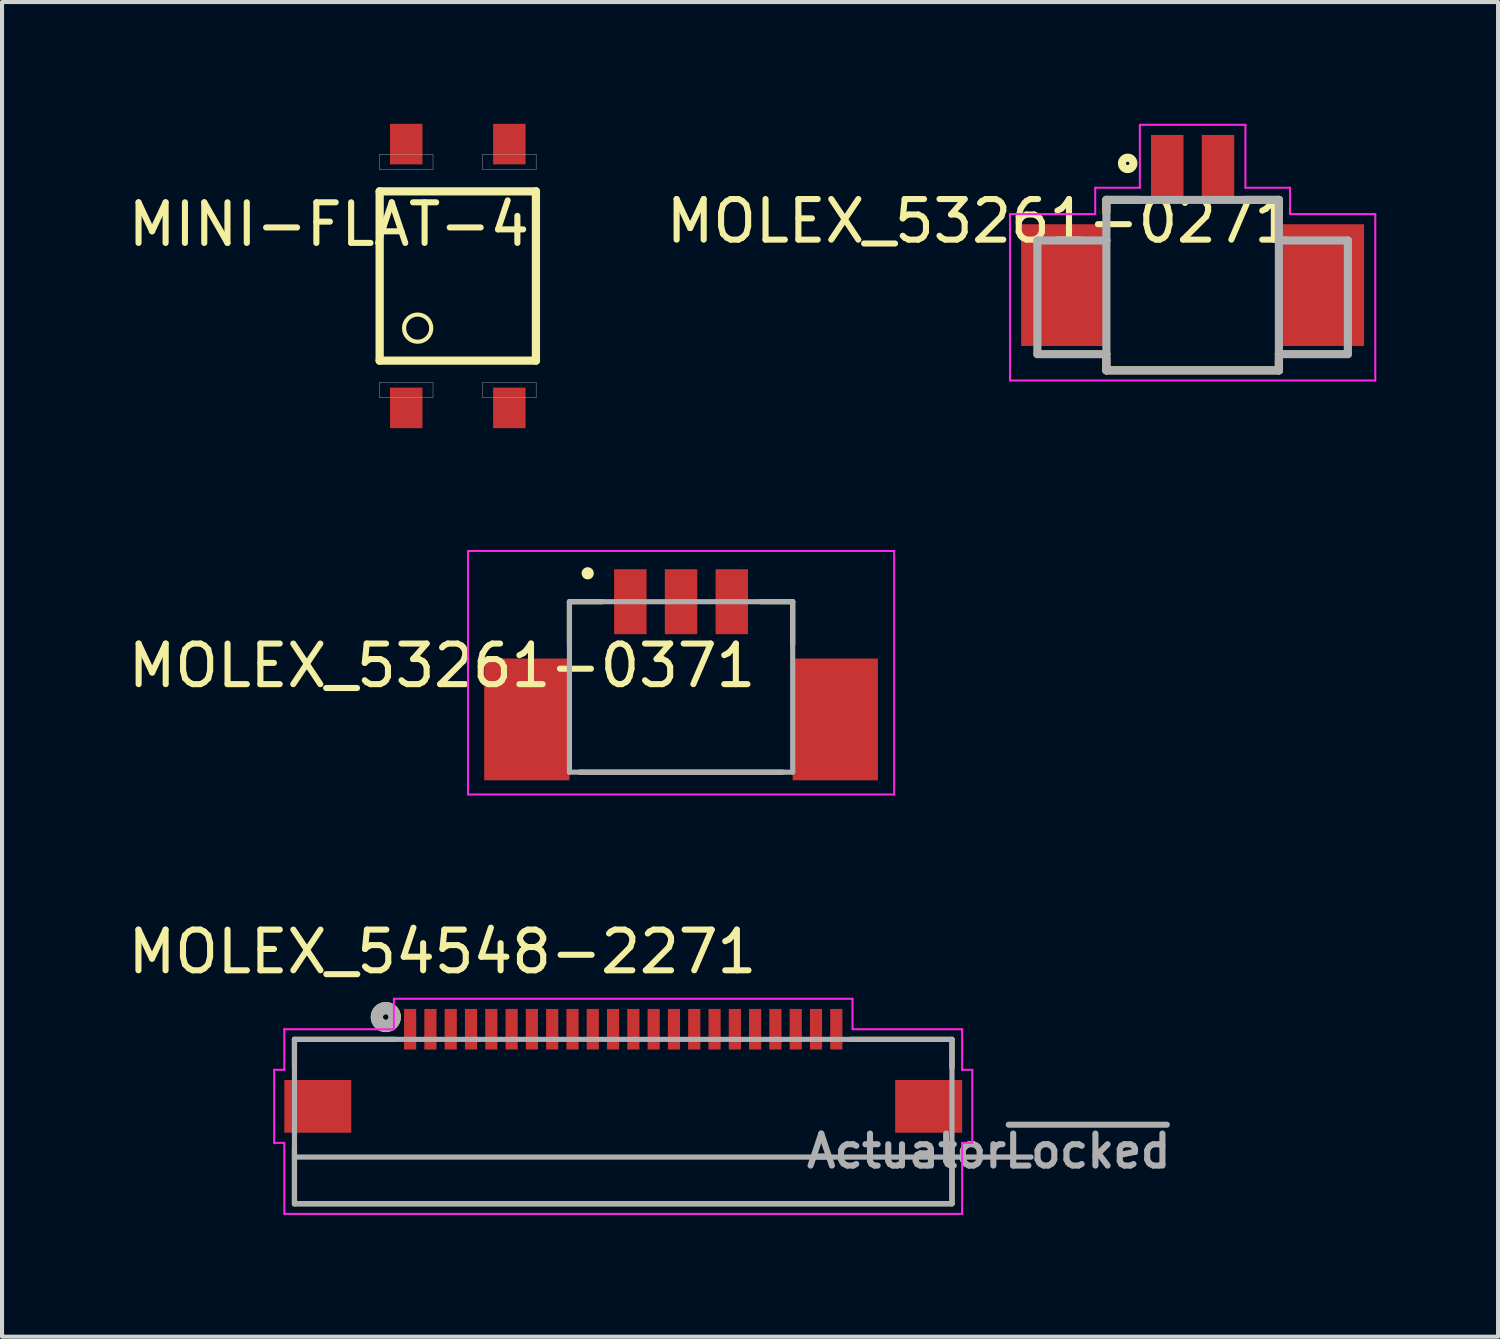
<source format=kicad_pcb>
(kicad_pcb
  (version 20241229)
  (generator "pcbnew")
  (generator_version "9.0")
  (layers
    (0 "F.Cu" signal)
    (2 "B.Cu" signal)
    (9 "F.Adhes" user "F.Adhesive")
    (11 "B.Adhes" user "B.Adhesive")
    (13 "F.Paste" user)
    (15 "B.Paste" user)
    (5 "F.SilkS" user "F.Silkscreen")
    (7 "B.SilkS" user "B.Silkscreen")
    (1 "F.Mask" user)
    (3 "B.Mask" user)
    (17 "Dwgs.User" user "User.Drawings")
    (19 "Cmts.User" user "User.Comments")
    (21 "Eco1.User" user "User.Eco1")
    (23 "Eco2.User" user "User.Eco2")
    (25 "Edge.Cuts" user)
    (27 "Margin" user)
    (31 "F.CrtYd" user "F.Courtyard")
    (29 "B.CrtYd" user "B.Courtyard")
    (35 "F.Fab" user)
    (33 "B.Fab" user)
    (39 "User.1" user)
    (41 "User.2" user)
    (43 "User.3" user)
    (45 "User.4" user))
  (footprint "MINI-FLAT-4"
    (layer "F.Cu")
    (at 8.229 3.75)
    (property "Reference" "MINI-FLAT-4" (at -3.175 -1.27 180) (layer "F.SilkS") (effects (font (size 1 1) (thickness 0.15))))
    (attr smd)
    (fp_line (start -1.925 -2.085) (end -1.925 2.085) (stroke (width 0.203) (type solid)) (layer "F.SilkS"))
    (fp_line (start -1.925 2.085) (end 1.925 2.085) (stroke (width 0.203) (type solid)) (layer "F.SilkS"))
    (fp_line (start 1.925 -2.085) (end -1.925 -2.085) (stroke (width 0.203) (type solid)) (layer "F.SilkS"))
    (fp_line (start 1.925 2.085) (end 1.925 -2.085) (stroke (width 0.203) (type solid)) (layer "F.SilkS"))
    (fp_circle (center -0.989 1.285) (end -0.654 1.285) (stroke (width 0.102) (type solid)) (fill no) (layer "F.SilkS"))
    (fp_poly (pts (xy -1.931 -3.001) (xy -0.61 -3.001) (xy -0.61 -2.62) (xy -1.931 -2.62)) (stroke (width 0.01) (type solid)) (fill no) (layer "F.Fab"))
    (fp_poly (pts (xy -1.931 2.62) (xy -0.61 2.62) (xy -0.61 3.001) (xy -1.931 3.001)) (stroke (width 0.01) (type solid)) (fill no) (layer "F.Fab"))
    (fp_poly (pts (xy 0.61 -3.001) (xy 1.931 -3.001) (xy 1.931 -2.62) (xy 0.61 -2.62)) (stroke (width 0.01) (type solid)) (fill no) (layer "F.Fab"))
    (fp_poly (pts (xy 0.61 2.62) (xy 1.931 2.62) (xy 1.931 3.001) (xy 0.61 3.001)) (stroke (width 0.01) (type solid)) (fill no) (layer "F.Fab"))
    (pad "1" smd rect (at -1.27 3.25) (size 0.8 1) (layers "F.Cu" "F.Mask" "F.Paste"))
    (pad "2" smd rect (at 1.27 3.25) (size 0.8 1) (layers "F.Cu" "F.Mask" "F.Paste"))
    (pad "3" smd rect (at 1.27 -3.25) (size 0.8 1) (layers "F.Cu" "F.Mask" "F.Paste"))
    (pad "4" smd rect (at -1.27 -3.25) (size 0.8 1) (layers "F.Cu" "F.Mask" "F.Paste")))
  (footprint "MOLEX_54548-2271"
    (layer "F.Cu")
    (at 12.305 22.308)
    (property "Reference" "MOLEX_54548-2271" (at -4.453 -1.908 0) (layer "F.SilkS") (effects (font (size 1.002 1.002) (thickness 0.15))))
    (attr through_hole)
    (fp_line (start -8.1 0.25) (end -8.1 0.95) (stroke (width 0.127) (type solid)) (layer "F.SilkS"))
    (fp_line (start -8.1 4.3) (end -8.1 2.9) (stroke (width 0.127) (type solid)) (layer "F.SilkS"))
    (fp_line (start -5.6 0.25) (end -8.1 0.25) (stroke (width 0.127) (type solid)) (layer "F.SilkS"))
    (fp_line (start 5.6 0.25) (end 8.1 0.25) (stroke (width 0.127) (type solid)) (layer "F.SilkS"))
    (fp_line (start 8.1 0.25) (end 8.1 0.95) (stroke (width 0.127) (type solid)) (layer "F.SilkS"))
    (fp_line (start 8.1 2.9) (end 8.1 4.3) (stroke (width 0.127) (type solid)) (layer "F.SilkS"))
    (fp_line (start 8.1 4.3) (end -8.1 4.3) (stroke (width 0.127) (type solid)) (layer "F.SilkS"))
    (fp_circle (center -5.85 -0.3) (end -5.779 -0.3) (stroke (width 0.3) (type solid)) (fill no) (layer "F.SilkS"))
    (fp_line (start -8.6 1) (end -8.35 1) (stroke (width 0.05) (type solid)) (layer "F.CrtYd"))
    (fp_line (start -8.6 2.8) (end -8.6 1) (stroke (width 0.05) (type solid)) (layer "F.CrtYd"))
    (fp_line (start -8.35 0) (end -5.65 0) (stroke (width 0.05) (type solid)) (layer "F.CrtYd"))
    (fp_line (start -8.35 1) (end -8.35 0) (stroke (width 0.05) (type solid)) (layer "F.CrtYd"))
    (fp_line (start -8.35 2.8) (end -8.6 2.8) (stroke (width 0.05) (type solid)) (layer "F.CrtYd"))
    (fp_line (start -8.35 4.55) (end -8.35 2.8) (stroke (width 0.05) (type solid)) (layer "F.CrtYd"))
    (fp_line (start -5.65 -0.75) (end 5.65 -0.75) (stroke (width 0.05) (type solid)) (layer "F.CrtYd"))
    (fp_line (start -5.65 0) (end -5.65 -0.75) (stroke (width 0.05) (type solid)) (layer "F.CrtYd"))
    (fp_line (start 5.65 -0.75) (end 5.65 0) (stroke (width 0.05) (type solid)) (layer "F.CrtYd"))
    (fp_line (start 5.65 0) (end 8.35 0) (stroke (width 0.05) (type solid)) (layer "F.CrtYd"))
    (fp_line (start 8.35 0) (end 8.35 1) (stroke (width 0.05) (type solid)) (layer "F.CrtYd"))
    (fp_line (start 8.35 1) (end 8.6 1) (stroke (width 0.05) (type solid)) (layer "F.CrtYd"))
    (fp_line (start 8.35 2.8) (end 8.35 4.55) (stroke (width 0.05) (type solid)) (layer "F.CrtYd"))
    (fp_line (start 8.35 4.55) (end -8.35 4.55) (stroke (width 0.05) (type solid)) (layer "F.CrtYd"))
    (fp_line (start 8.6 1) (end 8.6 2.8) (stroke (width 0.05) (type solid)) (layer "F.CrtYd"))
    (fp_line (start 8.6 2.8) (end 8.35 2.8) (stroke (width 0.05) (type solid)) (layer "F.CrtYd"))
    (fp_line (start -8.1 0.25) (end 8.1 0.25) (stroke (width 0.127) (type solid)) (layer "F.Fab"))
    (fp_line (start -8.1 3.15) (end -8.1 0.25) (stroke (width 0.127) (type solid)) (layer "F.Fab"))
    (fp_line (start -8.1 4.3) (end -8.1 3.15) (stroke (width 0.127) (type solid)) (layer "F.Fab"))
    (fp_line (start 8.1 0.25) (end 8.1 3.15) (stroke (width 0.127) (type solid)) (layer "F.Fab"))
    (fp_line (start 8.1 3.15) (end -8.1 3.15) (stroke (width 0.127) (type solid)) (layer "F.Fab"))
    (fp_line (start 8.1 3.15) (end 8.1 4.3) (stroke (width 0.127) (type solid)) (layer "F.Fab"))
    (fp_line (start 8.1 3.15) (end 10.05 3.15) (stroke (width 0.127) (type solid)) (layer "F.Fab"))
    (fp_line (start 8.1 4.3) (end -8.1 4.3) (stroke (width 0.127) (type solid)) (layer "F.Fab"))
    (fp_circle (center -5.85 -0.3) (end -5.779 -0.3) (stroke (width 0.3) (type solid)) (fill no) (layer "F.Fab"))
    (fp_text user "Actuator~{Locked}" (at 9.007 3.002 0) (layer "F.Fab") (effects (font (size 0.788 0.788) (thickness 0.15))))
    (pad "1" smd rect (at -5.25 0 90) (size 1 0.3) (layers "F.Cu" "F.Mask" "F.Paste"))
    (pad "2" smd rect (at -4.75 0 90) (size 1 0.3) (layers "F.Cu" "F.Mask" "F.Paste"))
    (pad "3" smd rect (at -4.25 0 90) (size 1 0.3) (layers "F.Cu" "F.Mask" "F.Paste"))
    (pad "4" smd rect (at -3.75 0 90) (size 1 0.3) (layers "F.Cu" "F.Mask" "F.Paste"))
    (pad "5" smd rect (at -3.25 0 90) (size 1 0.3) (layers "F.Cu" "F.Mask" "F.Paste"))
    (pad "6" smd rect (at -2.75 0 90) (size 1 0.3) (layers "F.Cu" "F.Mask" "F.Paste"))
    (pad "7" smd rect (at -2.25 0 90) (size 1 0.3) (layers "F.Cu" "F.Mask" "F.Paste"))
    (pad "8" smd rect (at -1.75 0 90) (size 1 0.3) (layers "F.Cu" "F.Mask" "F.Paste"))
    (pad "9" smd rect (at -1.25 0 90) (size 1 0.3) (layers "F.Cu" "F.Mask" "F.Paste"))
    (pad "10" smd rect (at -0.75 0 90) (size 1 0.3) (layers "F.Cu" "F.Mask" "F.Paste"))
    (pad "11" smd rect (at -0.25 0 90) (size 1 0.3) (layers "F.Cu" "F.Mask" "F.Paste"))
    (pad "12" smd rect (at 0.25 0 90) (size 1 0.3) (layers "F.Cu" "F.Mask" "F.Paste"))
    (pad "13" smd rect (at 0.75 0 90) (size 1 0.3) (layers "F.Cu" "F.Mask" "F.Paste"))
    (pad "14" smd rect (at 1.25 0 90) (size 1 0.3) (layers "F.Cu" "F.Mask" "F.Paste"))
    (pad "15" smd rect (at 1.75 0 90) (size 1 0.3) (layers "F.Cu" "F.Mask" "F.Paste"))
    (pad "16" smd rect (at 2.25 0 90) (size 1 0.3) (layers "F.Cu" "F.Mask" "F.Paste"))
    (pad "17" smd rect (at 2.75 0 90) (size 1 0.3) (layers "F.Cu" "F.Mask" "F.Paste"))
    (pad "18" smd rect (at 3.25 0 90) (size 1 0.3) (layers "F.Cu" "F.Mask" "F.Paste"))
    (pad "19" smd rect (at 3.75 0 90) (size 1 0.3) (layers "F.Cu" "F.Mask" "F.Paste"))
    (pad "20" smd rect (at 4.25 0 90) (size 1 0.3) (layers "F.Cu" "F.Mask" "F.Paste"))
    (pad "21" smd rect (at 4.75 0 90) (size 1 0.3) (layers "F.Cu" "F.Mask" "F.Paste"))
    (pad "22" smd rect (at 5.25 0 90) (size 1 0.3) (layers "F.Cu" "F.Mask" "F.Paste"))
    (pad "SH1" smd rect (at -7.525 1.9 90) (size 1.3 1.65) (layers "F.Cu" "F.Mask" "F.Paste"))
    (pad "SH2" smd rect (at 7.525 1.9 90) (size 1.3 1.65) (layers "F.Cu" "F.Mask" "F.Paste")))
  (footprint "MOLEX_53261-0371"
    (layer "F.Cu")
    (at 13.73 11.775)
    (property "Reference" "MOLEX_53261-0371" (at -5.888 1.576 180) (layer "F.SilkS") (effects (font (size 1 1) (thickness 0.15))))
    (attr through_hole)
    (fp_line (start -2.75 0) (end -1.95 0) (stroke (width 0.127) (type solid)) (layer "F.SilkS"))
    (fp_line (start -2.75 1.05) (end -2.75 0) (stroke (width 0.127) (type solid)) (layer "F.SilkS"))
    (fp_line (start -2.5 4.2) (end 2.5 4.2) (stroke (width 0.127) (type solid)) (layer "F.SilkS"))
    (fp_line (start 1.95 0) (end 2.75 0) (stroke (width 0.127) (type solid)) (layer "F.SilkS"))
    (fp_line (start 2.75 0) (end 2.75 1.05) (stroke (width 0.127) (type solid)) (layer "F.SilkS"))
    (fp_circle (center -2.3 -0.7) (end -2.15 -0.7) (stroke (width 0) (type solid)) (fill yes) (layer "F.SilkS"))
    (fp_line (start -5.25 -1.25) (end 5.25 -1.25) (stroke (width 0.05) (type solid)) (layer "F.CrtYd"))
    (fp_line (start -5.25 4.75) (end -5.25 -1.25) (stroke (width 0.05) (type solid)) (layer "F.CrtYd"))
    (fp_line (start 5.25 -1.25) (end 5.25 4.75) (stroke (width 0.05) (type solid)) (layer "F.CrtYd"))
    (fp_line (start 5.25 4.75) (end -5.25 4.75) (stroke (width 0.05) (type solid)) (layer "F.CrtYd"))
    (fp_line (start -2.75 0) (end 2.75 0) (stroke (width 0.127) (type solid)) (layer "F.Fab"))
    (fp_line (start -2.75 4.2) (end -2.75 0) (stroke (width 0.127) (type solid)) (layer "F.Fab"))
    (fp_line (start 2.75 0) (end 2.75 4.2) (stroke (width 0.127) (type solid)) (layer "F.Fab"))
    (fp_line (start 2.75 4.2) (end -2.75 4.2) (stroke (width 0.127) (type solid)) (layer "F.Fab"))
    (pad "1" smd rect (at -1.25 0) (size 0.8 1.6) (layers "F.Cu" "F.Mask" "F.Paste"))
    (pad "2" smd rect (at 0 0) (size 0.8 1.6) (layers "F.Cu" "F.Mask" "F.Paste"))
    (pad "3" smd rect (at 1.25 0) (size 0.8 1.6) (layers "F.Cu" "F.Mask" "F.Paste"))
    (pad "P1" smd rect (at -3.8 2.9) (size 2.1 3) (layers "F.Cu" "F.Mask" "F.Paste"))
    (pad "P2" smd rect (at 3.8 2.9) (size 2.1 3) (layers "F.Cu" "F.Mask" "F.Paste")))
  (footprint "MOLEX_53261-0271"
    (layer "F.Cu")
    (at 26.334 3.975)
    (property "Reference" "MOLEX_53261-0271" (at -5.237 -1.576 180) (layer "F.SilkS") (effects (font (size 1 1) (thickness 0.15))))
    (attr through_hole)
    (fp_line (start -2.125 -2.1) (end -2.125 -1.8) (stroke (width 0.2) (type solid)) (layer "F.SilkS"))
    (fp_line (start -2.125 -2.1) (end -1.3 -2.1) (stroke (width 0.2) (type solid)) (layer "F.SilkS"))
    (fp_line (start -2.125 1.8) (end -2.125 2.1) (stroke (width 0.2) (type solid)) (layer "F.SilkS"))
    (fp_line (start -2.125 2.1) (end 2.125 2.1) (stroke (width 0.2) (type solid)) (layer "F.SilkS"))
    (fp_line (start 2.125 -2.1) (end 1.3 -2.1) (stroke (width 0.2) (type solid)) (layer "F.SilkS"))
    (fp_line (start 2.125 -2.1) (end 2.125 -1.8) (stroke (width 0.2) (type solid)) (layer "F.SilkS"))
    (fp_line (start 2.125 2.1) (end 2.125 1.8) (stroke (width 0.2) (type solid)) (layer "F.SilkS"))
    (fp_circle (center -1.6 -3) (end -1.459 -3) (stroke (width 0.2) (type solid)) (fill no) (layer "F.SilkS"))
    (fp_line (start -4.5 -1.75) (end -2.4 -1.75) (stroke (width 0.05) (type solid)) (layer "F.CrtYd"))
    (fp_line (start -4.5 2.35) (end -4.5 -1.75) (stroke (width 0.05) (type solid)) (layer "F.CrtYd"))
    (fp_line (start -2.4 -2.4) (end -1.3 -2.4) (stroke (width 0.05) (type solid)) (layer "F.CrtYd"))
    (fp_line (start -2.4 -1.75) (end -2.4 -2.4) (stroke (width 0.05) (type solid)) (layer "F.CrtYd"))
    (fp_line (start -1.3 -3.95) (end 1.3 -3.95) (stroke (width 0.05) (type solid)) (layer "F.CrtYd"))
    (fp_line (start -1.3 -2.4) (end -1.3 -3.95) (stroke (width 0.05) (type solid)) (layer "F.CrtYd"))
    (fp_line (start 1.3 -3.95) (end 1.3 -2.4) (stroke (width 0.05) (type solid)) (layer "F.CrtYd"))
    (fp_line (start 1.3 -2.4) (end 2.4 -2.4) (stroke (width 0.05) (type solid)) (layer "F.CrtYd"))
    (fp_line (start 2.4 -2.4) (end 2.4 -1.75) (stroke (width 0.05) (type solid)) (layer "F.CrtYd"))
    (fp_line (start 2.4 -1.75) (end 4.5 -1.75) (stroke (width 0.05) (type solid)) (layer "F.CrtYd"))
    (fp_line (start 4.5 -1.75) (end 4.5 2.35) (stroke (width 0.05) (type solid)) (layer "F.CrtYd"))
    (fp_line (start 4.5 2.35) (end -4.5 2.35) (stroke (width 0.05) (type solid)) (layer "F.CrtYd"))
    (fp_line (start -3.825 -1.1) (end -3.825 1.7) (stroke (width 0.2) (type solid)) (layer "F.Fab"))
    (fp_line (start -3.825 1.7) (end -2.125 1.7) (stroke (width 0.2) (type solid)) (layer "F.Fab"))
    (fp_line (start -2.125 -2.1) (end 2.125 -2.1) (stroke (width 0.2) (type solid)) (layer "F.Fab"))
    (fp_line (start -2.125 -1.1) (end -3.825 -1.1) (stroke (width 0.2) (type solid)) (layer "F.Fab"))
    (fp_line (start -2.125 -1.1) (end -2.125 -2.1) (stroke (width 0.2) (type solid)) (layer "F.Fab"))
    (fp_line (start -2.125 1.7) (end -2.125 -1.1) (stroke (width 0.2) (type solid)) (layer "F.Fab"))
    (fp_line (start -2.125 2.1) (end -2.125 1.7) (stroke (width 0.2) (type solid)) (layer "F.Fab"))
    (fp_line (start 2.125 -2.1) (end 2.125 -1.1) (stroke (width 0.2) (type solid)) (layer "F.Fab"))
    (fp_line (start 2.125 -1.1) (end 2.125 1.7) (stroke (width 0.2) (type solid)) (layer "F.Fab"))
    (fp_line (start 2.125 -1.1) (end 3.825 -1.1) (stroke (width 0.2) (type solid)) (layer "F.Fab"))
    (fp_line (start 2.125 1.7) (end 2.125 2.1) (stroke (width 0.2) (type solid)) (layer "F.Fab"))
    (fp_line (start 2.125 2.1) (end -2.125 2.1) (stroke (width 0.2) (type solid)) (layer "F.Fab"))
    (fp_line (start 3.825 -1.1) (end 3.825 1.7) (stroke (width 0.2) (type solid)) (layer "F.Fab"))
    (fp_line (start 3.825 1.7) (end 2.125 1.7) (stroke (width 0.2) (type solid)) (layer "F.Fab"))
    (pad "1" smd rect (at -0.625 -2.9) (size 0.8 1.6) (layers "F.Cu" "F.Mask" "F.Paste"))
    (pad "2" smd rect (at 0.625 -2.9) (size 0.8 1.6) (layers "F.Cu" "F.Mask" "F.Paste"))
    (pad "P1" smd rect (at -3.175 0) (size 2.1 3) (layers "F.Cu" "F.Mask" "F.Paste"))
    (pad "P2" smd rect (at 3.175 0) (size 2.1 3) (layers "F.Cu" "F.Mask" "F.Paste")))
  (gr_rect
    (start -3 -3)
    (end 33.859 29.883)
    (stroke (width 0.1) (type default))
    (fill no)
    (layer "Edge.Cuts")))
</source>
